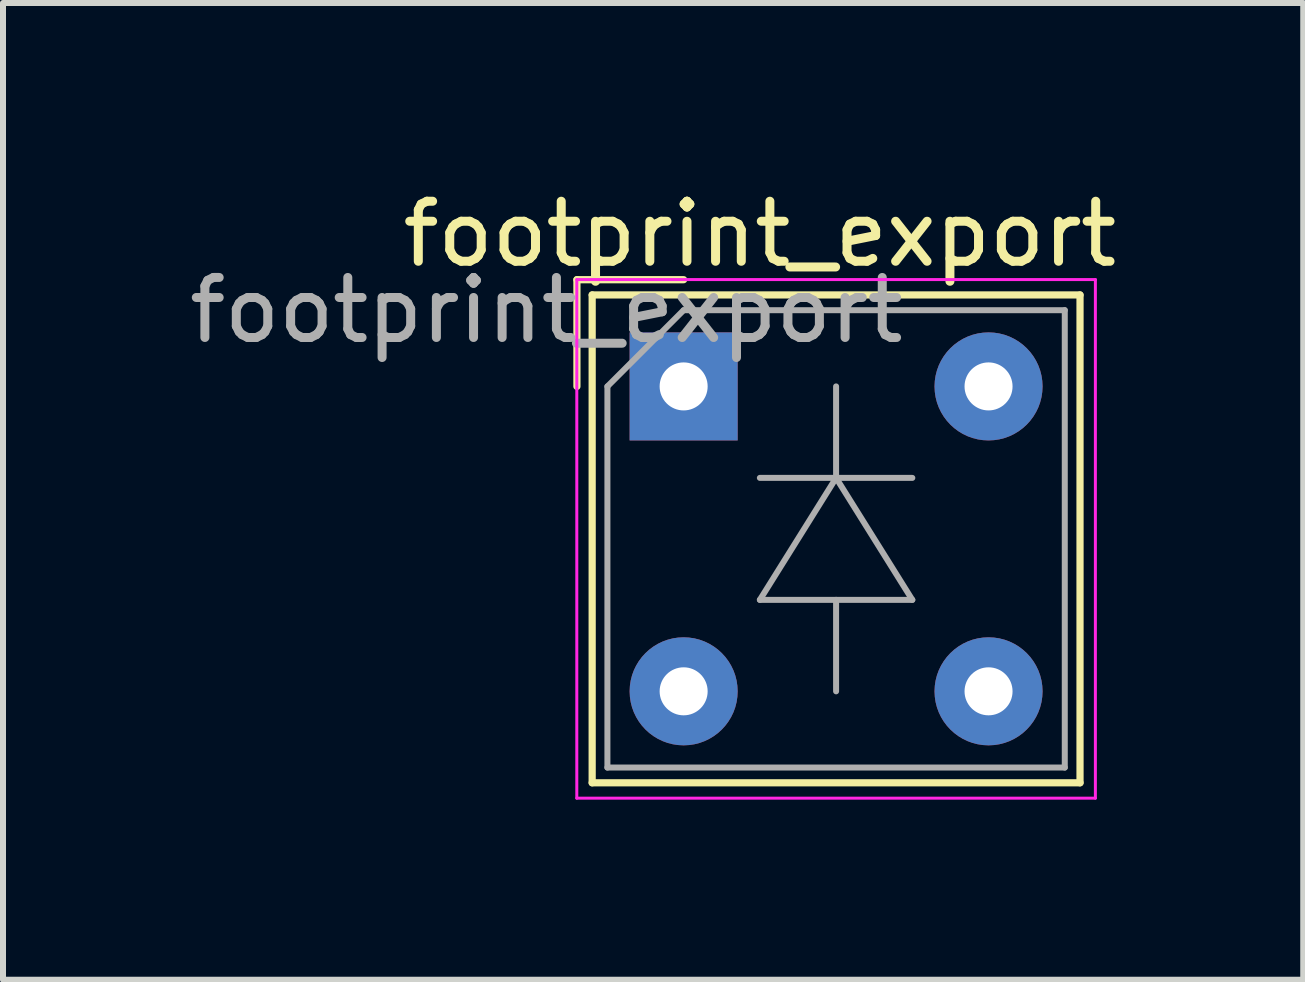
<source format=kicad_pcb>
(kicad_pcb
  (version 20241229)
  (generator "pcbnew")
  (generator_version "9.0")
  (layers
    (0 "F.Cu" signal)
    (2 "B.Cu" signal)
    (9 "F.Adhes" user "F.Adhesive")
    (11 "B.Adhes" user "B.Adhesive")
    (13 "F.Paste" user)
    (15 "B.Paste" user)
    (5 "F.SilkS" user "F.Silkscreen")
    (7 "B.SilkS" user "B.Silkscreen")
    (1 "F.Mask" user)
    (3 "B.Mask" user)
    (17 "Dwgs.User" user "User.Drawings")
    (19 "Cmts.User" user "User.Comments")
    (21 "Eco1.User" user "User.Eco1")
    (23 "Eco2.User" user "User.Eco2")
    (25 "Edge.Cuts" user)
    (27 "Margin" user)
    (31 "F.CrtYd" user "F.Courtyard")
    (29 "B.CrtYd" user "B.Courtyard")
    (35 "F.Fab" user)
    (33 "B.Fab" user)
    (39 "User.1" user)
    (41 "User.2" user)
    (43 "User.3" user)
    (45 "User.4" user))
  (footprint "footprint_export"
    (layer "F.Cu")
    (at 8.34 3.388)
    (property "Reference" "footprint_export" (at 1.27 -2.54 0) (layer "F.SilkS") (effects (font (size 1 1) (thickness 0.15))))
    (attr through_hole)
    (fp_line (start -1.778 -1.778) (end -1.778 0) (stroke (width 0.12) (type solid)) (layer "F.SilkS"))
    (fp_line (start -1.524 -1.524) (end -1.524 6.604) (stroke (width 0.12) (type solid)) (layer "F.SilkS"))
    (fp_line (start -1.524 6.604) (end 6.604 6.604) (stroke (width 0.12) (type solid)) (layer "F.SilkS"))
    (fp_line (start 0 -1.778) (end -1.778 -1.778) (stroke (width 0.12) (type solid)) (layer "F.SilkS"))
    (fp_line (start 6.604 -1.524) (end -1.524 -1.524) (stroke (width 0.12) (type solid)) (layer "F.SilkS"))
    (fp_line (start 6.604 6.604) (end 6.604 -1.524) (stroke (width 0.12) (type solid)) (layer "F.SilkS"))
    (fp_line (start -1.78 -1.78) (end 6.86 -1.78) (stroke (width 0.05) (type solid)) (layer "F.CrtYd"))
    (fp_line (start -1.78 6.86) (end -1.78 -1.78) (stroke (width 0.05) (type solid)) (layer "F.CrtYd"))
    (fp_line (start 6.86 -1.78) (end 6.86 6.86) (stroke (width 0.05) (type solid)) (layer "F.CrtYd"))
    (fp_line (start 6.86 6.86) (end -1.78 6.86) (stroke (width 0.05) (type solid)) (layer "F.CrtYd"))
    (fp_line (start -1.27 0) (end -1.27 6.35) (stroke (width 0.1) (type solid)) (layer "F.Fab"))
    (fp_line (start -1.27 6.35) (end 6.35 6.35) (stroke (width 0.1) (type solid)) (layer "F.Fab"))
    (fp_line (start 0 -1.27) (end -1.27 0) (stroke (width 0.1) (type solid)) (layer "F.Fab"))
    (fp_line (start 1.27 1.524) (end 3.81 1.524) (stroke (width 0.1) (type solid)) (layer "F.Fab"))
    (fp_line (start 1.27 3.556) (end 2.54 1.524) (stroke (width 0.1) (type solid)) (layer "F.Fab"))
    (fp_line (start 2.54 0) (end 2.54 1.524) (stroke (width 0.1) (type solid)) (layer "F.Fab"))
    (fp_line (start 2.54 1.524) (end 3.81 3.556) (stroke (width 0.1) (type solid)) (layer "F.Fab"))
    (fp_line (start 2.54 3.556) (end 2.54 5.08) (stroke (width 0.1) (type solid)) (layer "F.Fab"))
    (fp_line (start 3.81 3.556) (end 1.27 3.556) (stroke (width 0.1) (type solid)) (layer "F.Fab"))
    (fp_line (start 6.35 -1.27) (end 0 -1.27) (stroke (width 0.1) (type solid)) (layer "F.Fab"))
    (fp_line (start 6.35 6.35) (end 6.35 -1.27) (stroke (width 0.1) (type solid)) (layer "F.Fab"))
    (fp_text user "${REFERENCE}" (at -2.286 -1.27 0) (layer "F.Fab") (effects (font (size 1 1) (thickness 0.15))))
    (pad "1" thru_hole rect (at 0 0) (size 1.8 1.8) (drill 0.8) (layers "*.Cu" "*.Mask"))
    (pad "1" thru_hole circle (at 5.08 0) (size 1.8 1.8) (drill 0.8) (layers "*.Cu" "*.Mask"))
    (pad "2" thru_hole circle (at 0 5.08) (size 1.8 1.8) (drill 0.8) (layers "*.Cu" "*.Mask"))
    (pad "2" thru_hole circle (at 5.08 5.08) (size 1.8 1.8) (drill 0.8) (layers "*.Cu" "*.Mask")))
  (gr_rect
    (start -3 -3)
    (end 18.663 13.273)
    (stroke (width 0.1) (type default))
    (fill no)
    (layer "Edge.Cuts")))
</source>
